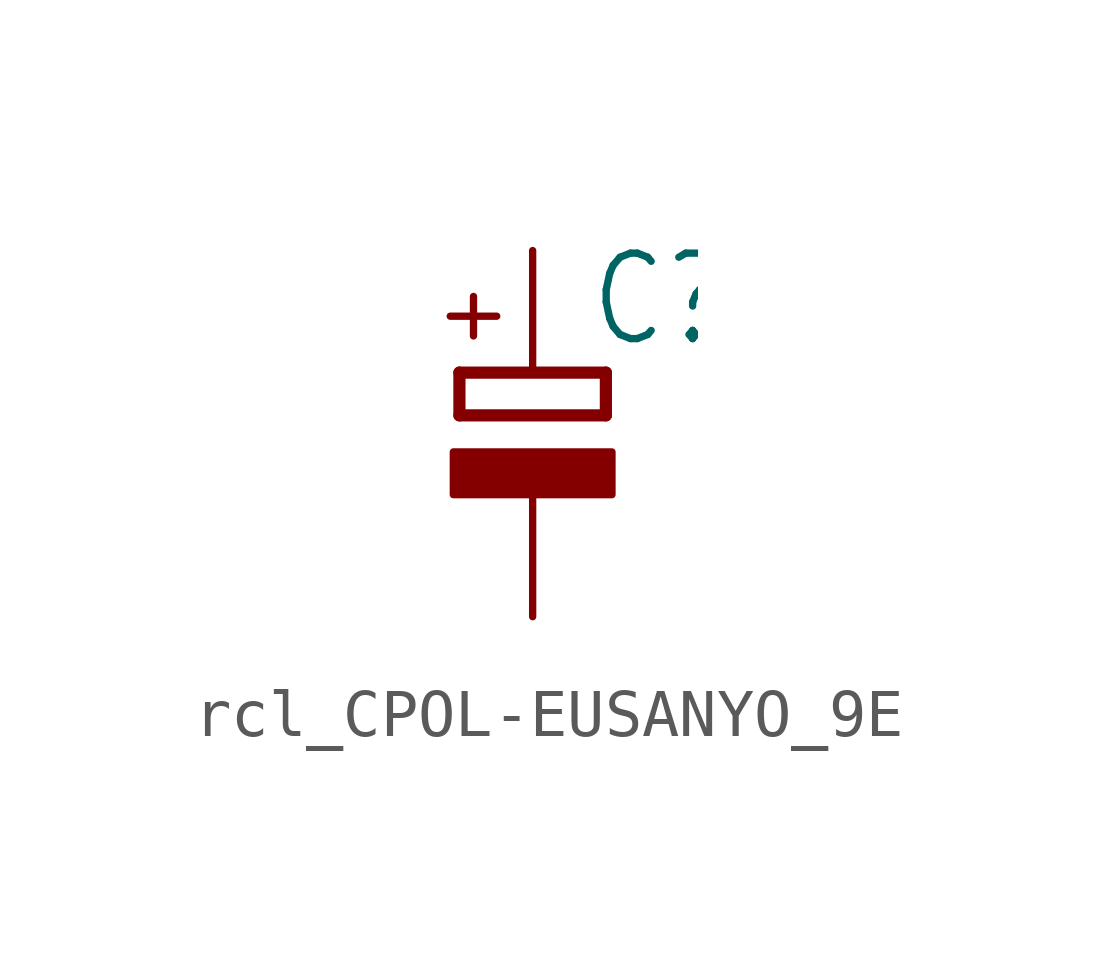
<source format=kicad_sym>
(kicad_symbol_lib
  (version 20241209)
  (generator "kicad_symbol_editor")
  (generator_version "9.0")
  (symbol "rcl_CPOL-EUSANYO_9E"
    (property "Reference" "C"
      (at 1.143 0.483 0)
      (effects (font (size 1.778 1.511)) (justify left bottom)))
    (property "Value" ""
      (at 1.143 -4.597 0)
      (effects (font (size 1.778 1.511)) (justify left bottom)))
    (property "ki_locked" ""
      (at 0 0 0)
      (effects (font (size 1.27 1.27))))
    (symbol "rcl_CPOL-EUSANYO_9E_1_0"
      (rectangle (start -1.651 -2.54) (end 1.651 -1.651) (stroke (width 0) (type default)) (fill (type outline)))
      (polyline (pts (xy -1.524 0) (xy -1.524 -0.889)) (stroke (width 0.254) (type solid)) (fill (type none)))
      (polyline (pts (xy -1.524 0) (xy 1.524 0)) (stroke (width 0.254) (type solid)) (fill (type none)))
      (polyline (pts (xy -1.524 -0.889) (xy 1.524 -0.889)) (stroke (width 0.254) (type solid)) (fill (type none)))
      (polyline (pts (xy 1.524 -0.889) (xy 1.524 0)) (stroke (width 0.254) (type solid)) (fill (type none)))
      (text "+" (at -0.584 0.406 900) (effects (font (size 1.27 1.079)) (justify left bottom)))
      (pin passive line (at 0 2.54 270) (length 2.54) (name "+" (effects (font (size 0 0)))) (number "+" (effects (font (size 0 0)))))
      (pin passive line (at 0 -5.08 90) (length 2.54) (name "-" (effects (font (size 0 0)))) (number "-" (effects (font (size 0 0))))))))
</source>
